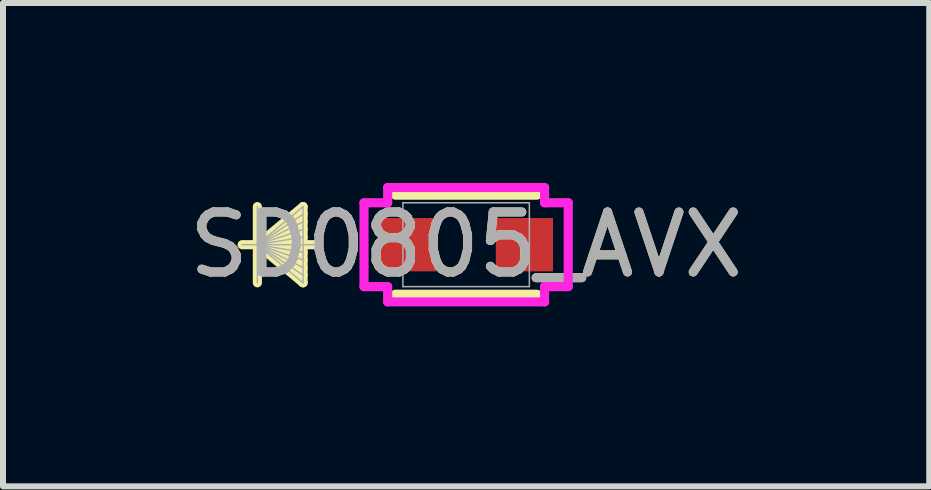
<source format=kicad_pcb>
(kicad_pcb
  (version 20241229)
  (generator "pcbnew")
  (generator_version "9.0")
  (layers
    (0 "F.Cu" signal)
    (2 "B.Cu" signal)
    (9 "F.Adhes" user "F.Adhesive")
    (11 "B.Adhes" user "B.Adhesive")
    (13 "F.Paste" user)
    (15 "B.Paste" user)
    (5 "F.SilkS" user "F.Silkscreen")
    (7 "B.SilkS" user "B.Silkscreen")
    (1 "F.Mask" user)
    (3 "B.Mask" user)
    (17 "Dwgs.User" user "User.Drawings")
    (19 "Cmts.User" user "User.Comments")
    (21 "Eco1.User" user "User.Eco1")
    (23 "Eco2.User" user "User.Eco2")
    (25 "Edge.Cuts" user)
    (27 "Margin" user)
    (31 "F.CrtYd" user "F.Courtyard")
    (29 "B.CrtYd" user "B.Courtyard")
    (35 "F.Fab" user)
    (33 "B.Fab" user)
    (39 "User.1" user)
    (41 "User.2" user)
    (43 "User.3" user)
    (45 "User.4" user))
  (footprint "SD0805_AVX"
    (layer "F.Cu")
    (at 4.72 1.029)
    (property "Reference" "SD0805_AVX" (at 0 0 0) (unlocked yes) (layer "F.SilkS") (effects (font (size 1 1) (thickness 0.15))))
    (attr smd)
    (fp_line (start -3.48 -0.635) (end -3.48 0.635) (stroke (width 0.152) (type solid)) (layer "F.SilkS"))
    (fp_line (start -3.48 0) (end -2.718 -0.635) (stroke (width 0.152) (type solid)) (layer "F.SilkS"))
    (fp_line (start -3.48 0) (end -2.718 -0.508) (stroke (width 0.152) (type solid)) (layer "F.SilkS"))
    (fp_line (start -3.48 0) (end -2.718 -0.381) (stroke (width 0.152) (type solid)) (layer "F.SilkS"))
    (fp_line (start -3.48 0) (end -2.718 -0.254) (stroke (width 0.152) (type solid)) (layer "F.SilkS"))
    (fp_line (start -3.48 0) (end -2.718 -0.127) (stroke (width 0.152) (type solid)) (layer "F.SilkS"))
    (fp_line (start -3.48 0) (end -2.718 0.127) (stroke (width 0.152) (type solid)) (layer "F.SilkS"))
    (fp_line (start -3.48 0) (end -2.718 0.254) (stroke (width 0.152) (type solid)) (layer "F.SilkS"))
    (fp_line (start -3.48 0) (end -2.718 0.381) (stroke (width 0.152) (type solid)) (layer "F.SilkS"))
    (fp_line (start -3.48 0) (end -2.718 0.508) (stroke (width 0.152) (type solid)) (layer "F.SilkS"))
    (fp_line (start -3.48 0) (end -2.718 0.635) (stroke (width 0.152) (type solid)) (layer "F.SilkS"))
    (fp_line (start -2.718 -0.635) (end -2.718 0.635) (stroke (width 0.152) (type solid)) (layer "F.SilkS"))
    (fp_line (start -2.464 0) (end -3.734 0) (stroke (width 0.152) (type solid)) (layer "F.SilkS"))
    (fp_line (start -1.181 0.826) (end 1.181 0.826) (stroke (width 0.152) (type solid)) (layer "F.SilkS"))
    (fp_line (start 1.181 -0.826) (end -1.181 -0.826) (stroke (width 0.152) (type solid)) (layer "F.SilkS"))
    (fp_line (start -1.702 -0.699) (end -1.308 -0.699) (stroke (width 0.152) (type solid)) (layer "F.CrtYd"))
    (fp_line (start -1.702 0.699) (end -1.702 -0.699) (stroke (width 0.152) (type solid)) (layer "F.CrtYd"))
    (fp_line (start -1.308 -0.953) (end 1.308 -0.953) (stroke (width 0.152) (type solid)) (layer "F.CrtYd"))
    (fp_line (start -1.308 -0.699) (end -1.308 -0.953) (stroke (width 0.152) (type solid)) (layer "F.CrtYd"))
    (fp_line (start -1.308 0.699) (end -1.702 0.699) (stroke (width 0.152) (type solid)) (layer "F.CrtYd"))
    (fp_line (start -1.308 0.953) (end -1.308 0.699) (stroke (width 0.152) (type solid)) (layer "F.CrtYd"))
    (fp_line (start 1.308 -0.953) (end 1.308 -0.699) (stroke (width 0.152) (type solid)) (layer "F.CrtYd"))
    (fp_line (start 1.308 -0.699) (end 1.702 -0.699) (stroke (width 0.152) (type solid)) (layer "F.CrtYd"))
    (fp_line (start 1.308 0.699) (end 1.308 0.953) (stroke (width 0.152) (type solid)) (layer "F.CrtYd"))
    (fp_line (start 1.308 0.953) (end -1.308 0.953) (stroke (width 0.152) (type solid)) (layer "F.CrtYd"))
    (fp_line (start 1.702 -0.699) (end 1.702 0.699) (stroke (width 0.152) (type solid)) (layer "F.CrtYd"))
    (fp_line (start 1.702 0.699) (end 1.308 0.699) (stroke (width 0.152) (type solid)) (layer "F.CrtYd"))
    (fp_line (start -3.48 -0.635) (end -3.48 0.635) (stroke (width 0.025) (type solid)) (layer "F.Fab"))
    (fp_line (start -3.48 0) (end -2.718 -0.635) (stroke (width 0.025) (type solid)) (layer "F.Fab"))
    (fp_line (start -3.48 0) (end -2.718 -0.508) (stroke (width 0.025) (type solid)) (layer "F.Fab"))
    (fp_line (start -3.48 0) (end -2.718 -0.381) (stroke (width 0.025) (type solid)) (layer "F.Fab"))
    (fp_line (start -3.48 0) (end -2.718 -0.254) (stroke (width 0.025) (type solid)) (layer "F.Fab"))
    (fp_line (start -3.48 0) (end -2.718 -0.127) (stroke (width 0.025) (type solid)) (layer "F.Fab"))
    (fp_line (start -3.48 0) (end -2.718 0.127) (stroke (width 0.025) (type solid)) (layer "F.Fab"))
    (fp_line (start -3.48 0) (end -2.718 0.254) (stroke (width 0.025) (type solid)) (layer "F.Fab"))
    (fp_line (start -3.48 0) (end -2.718 0.381) (stroke (width 0.025) (type solid)) (layer "F.Fab"))
    (fp_line (start -3.48 0) (end -2.718 0.508) (stroke (width 0.025) (type solid)) (layer "F.Fab"))
    (fp_line (start -3.48 0) (end -2.718 0.635) (stroke (width 0.025) (type solid)) (layer "F.Fab"))
    (fp_line (start -2.718 -0.635) (end -2.718 0.635) (stroke (width 0.025) (type solid)) (layer "F.Fab"))
    (fp_line (start -2.464 0) (end -3.734 0) (stroke (width 0.025) (type solid)) (layer "F.Fab"))
    (fp_line (start -1.054 -0.699) (end -1.054 0.699) (stroke (width 0.025) (type solid)) (layer "F.Fab"))
    (fp_line (start -1.054 0.699) (end 1.054 0.699) (stroke (width 0.025) (type solid)) (layer "F.Fab"))
    (fp_line (start 1.054 -0.699) (end -1.054 -0.699) (stroke (width 0.025) (type solid)) (layer "F.Fab"))
    (fp_line (start 1.054 0.699) (end 1.054 -0.699) (stroke (width 0.025) (type solid)) (layer "F.Fab"))
    (fp_text user "${REFERENCE}" (at 0 0 0) (unlocked yes) (layer "F.Fab") (effects (font (size 1 1) (thickness 0.15))))
    (pad "1" smd rect (at -0.972 0) (size 0.953 0.889) (layers "F.Cu" "F.Mask" "F.Paste"))
    (pad "2" smd rect (at 0.972 0) (size 0.953 0.889) (layers "F.Cu" "F.Mask" "F.Paste"))
    (zone (net_name "") (layer "F.Cu") (hatch full 0.508) (connect_pads) (min_thickness 0.254) (filled_areas_thickness no) (keepout (tracks not_allowed) (vias not_allowed) (pads allowed) (copperpour not_allowed) (footprints allowed)) (placement (enabled no)) (fill) (polygon (pts (xy 4.276 0.381) (xy 5.165 0.381) (xy 5.165 1.676) (xy 4.276 1.676)))))
  (gr_rect
    (start -3 -3)
    (end 12.44 5.057)
    (stroke (width 0.1) (type default))
    (fill no)
    (layer "Edge.Cuts")))
</source>
